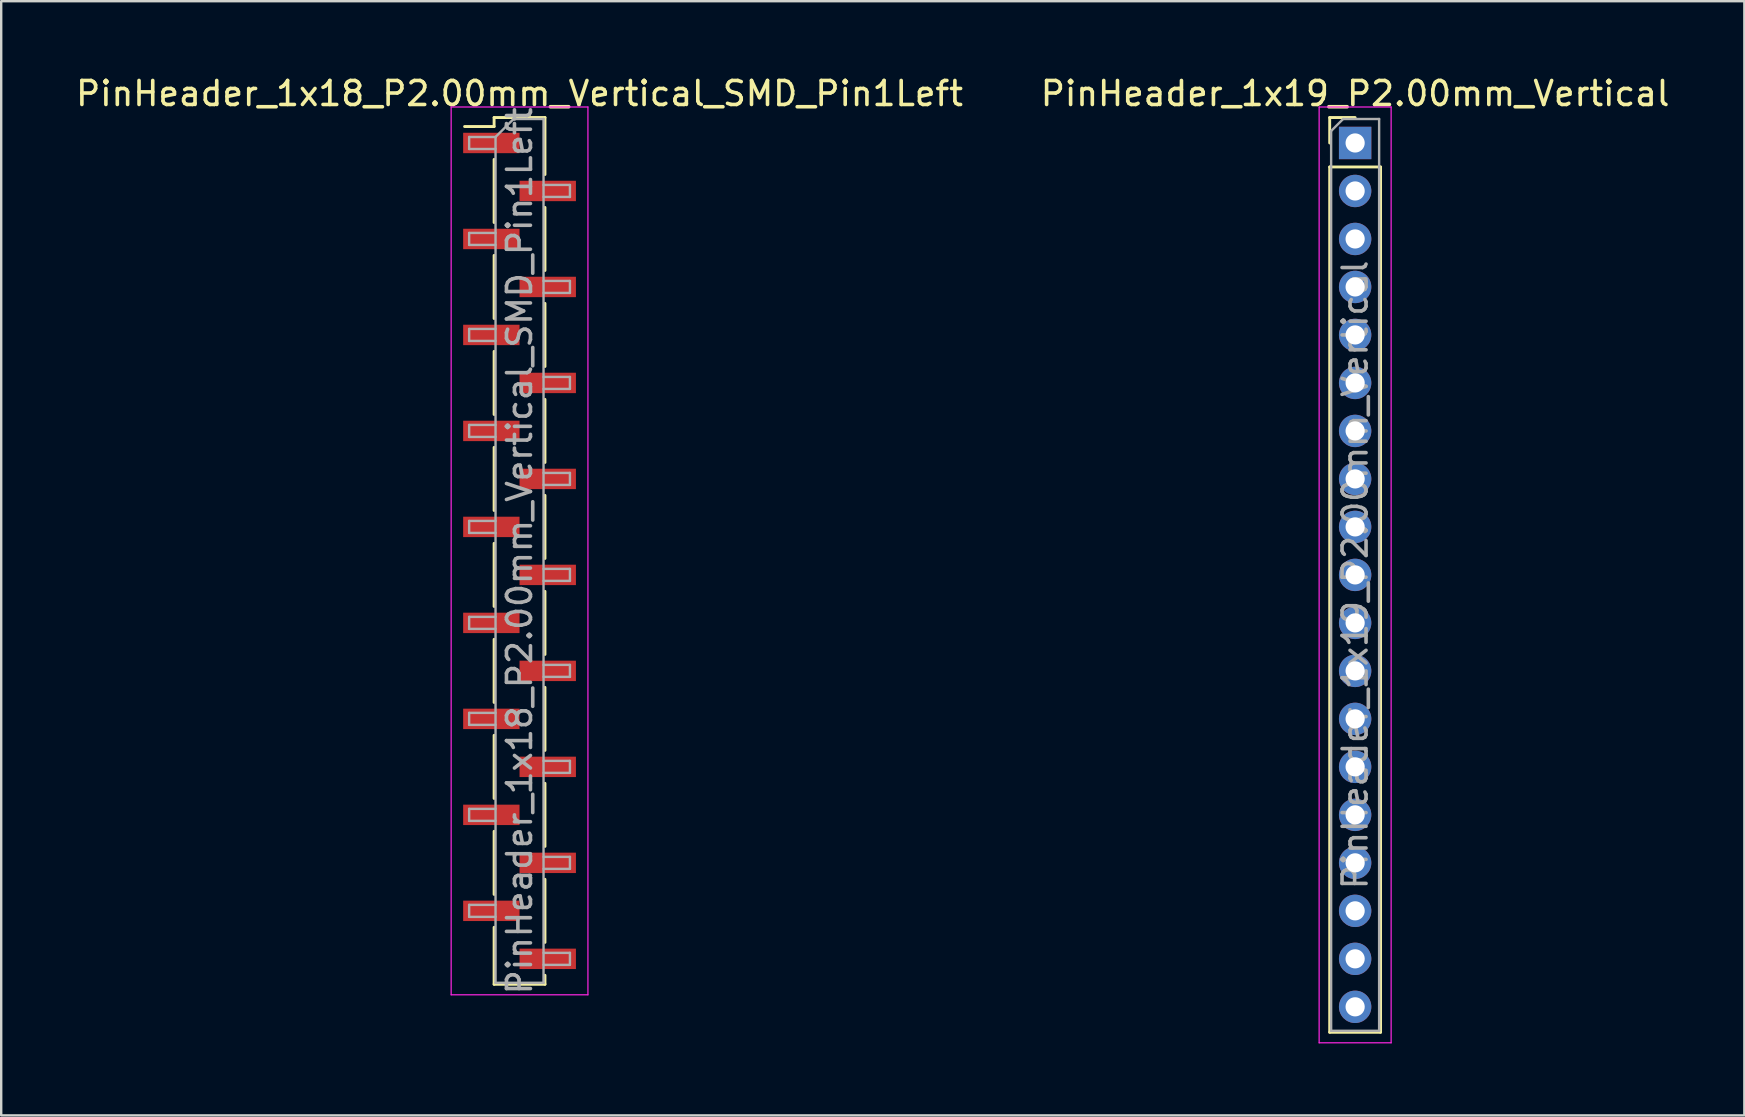
<source format=kicad_pcb>
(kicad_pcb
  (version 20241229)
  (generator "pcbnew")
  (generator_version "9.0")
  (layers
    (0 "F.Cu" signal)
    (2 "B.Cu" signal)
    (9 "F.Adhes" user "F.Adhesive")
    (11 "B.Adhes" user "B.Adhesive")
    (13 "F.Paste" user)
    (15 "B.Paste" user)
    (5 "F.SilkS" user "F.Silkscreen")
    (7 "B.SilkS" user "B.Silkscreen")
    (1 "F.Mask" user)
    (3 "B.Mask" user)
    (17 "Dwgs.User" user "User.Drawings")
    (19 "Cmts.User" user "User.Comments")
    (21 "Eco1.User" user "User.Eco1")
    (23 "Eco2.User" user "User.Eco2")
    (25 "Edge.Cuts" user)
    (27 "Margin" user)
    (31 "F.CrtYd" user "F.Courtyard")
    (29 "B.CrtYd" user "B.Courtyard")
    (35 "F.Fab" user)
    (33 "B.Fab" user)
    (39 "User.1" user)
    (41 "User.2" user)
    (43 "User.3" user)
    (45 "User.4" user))
  (footprint "PinHeader_1x19_P2.00mm_Vertical"
    (layer "F.Cu")
    (at 53.423 2.908)
    (property "Reference" "PinHeader_1x19_P2.00mm_Vertical" (at 0 -2.06 0) (layer "F.SilkS") (effects (font (size 1 1) (thickness 0.15))))
    (attr through_hole)
    (fp_line (start -1.06 -1.06) (end 0 -1.06) (stroke (width 0.12) (type solid)) (layer "F.SilkS"))
    (fp_line (start -1.06 0) (end -1.06 -1.06) (stroke (width 0.12) (type solid)) (layer "F.SilkS"))
    (fp_line (start -1.06 1) (end -1.06 37.06) (stroke (width 0.12) (type solid)) (layer "F.SilkS"))
    (fp_line (start -1.06 1) (end 1.06 1) (stroke (width 0.12) (type solid)) (layer "F.SilkS"))
    (fp_line (start -1.06 37.06) (end 1.06 37.06) (stroke (width 0.12) (type solid)) (layer "F.SilkS"))
    (fp_line (start 1.06 1) (end 1.06 37.06) (stroke (width 0.12) (type solid)) (layer "F.SilkS"))
    (fp_line (start -1.5 -1.5) (end -1.5 37.5) (stroke (width 0.05) (type solid)) (layer "F.CrtYd"))
    (fp_line (start -1.5 37.5) (end 1.5 37.5) (stroke (width 0.05) (type solid)) (layer "F.CrtYd"))
    (fp_line (start 1.5 -1.5) (end -1.5 -1.5) (stroke (width 0.05) (type solid)) (layer "F.CrtYd"))
    (fp_line (start 1.5 37.5) (end 1.5 -1.5) (stroke (width 0.05) (type solid)) (layer "F.CrtYd"))
    (fp_line (start -1 -0.5) (end -0.5 -1) (stroke (width 0.1) (type solid)) (layer "F.Fab"))
    (fp_line (start -1 37) (end -1 -0.5) (stroke (width 0.1) (type solid)) (layer "F.Fab"))
    (fp_line (start -0.5 -1) (end 1 -1) (stroke (width 0.1) (type solid)) (layer "F.Fab"))
    (fp_line (start 1 -1) (end 1 37) (stroke (width 0.1) (type solid)) (layer "F.Fab"))
    (fp_line (start 1 37) (end -1 37) (stroke (width 0.1) (type solid)) (layer "F.Fab"))
    (fp_text user "${REFERENCE}" (at 0 18 90) (layer "F.Fab") (effects (font (size 1 1) (thickness 0.15))))
    (pad "1" thru_hole rect (at 0 0) (size 1.35 1.35) (drill 0.8) (layers "*.Cu" "*.Mask"))
    (pad "2" thru_hole oval (at 0 2) (size 1.35 1.35) (drill 0.8) (layers "*.Cu" "*.Mask"))
    (pad "3" thru_hole oval (at 0 4) (size 1.35 1.35) (drill 0.8) (layers "*.Cu" "*.Mask"))
    (pad "4" thru_hole oval (at 0 6) (size 1.35 1.35) (drill 0.8) (layers "*.Cu" "*.Mask"))
    (pad "5" thru_hole oval (at 0 8) (size 1.35 1.35) (drill 0.8) (layers "*.Cu" "*.Mask"))
    (pad "6" thru_hole oval (at 0 10) (size 1.35 1.35) (drill 0.8) (layers "*.Cu" "*.Mask"))
    (pad "7" thru_hole oval (at 0 12) (size 1.35 1.35) (drill 0.8) (layers "*.Cu" "*.Mask"))
    (pad "8" thru_hole oval (at 0 14) (size 1.35 1.35) (drill 0.8) (layers "*.Cu" "*.Mask"))
    (pad "9" thru_hole oval (at 0 16) (size 1.35 1.35) (drill 0.8) (layers "*.Cu" "*.Mask"))
    (pad "10" thru_hole oval (at 0 18) (size 1.35 1.35) (drill 0.8) (layers "*.Cu" "*.Mask"))
    (pad "11" thru_hole oval (at 0 20) (size 1.35 1.35) (drill 0.8) (layers "*.Cu" "*.Mask"))
    (pad "12" thru_hole oval (at 0 22) (size 1.35 1.35) (drill 0.8) (layers "*.Cu" "*.Mask"))
    (pad "13" thru_hole oval (at 0 24) (size 1.35 1.35) (drill 0.8) (layers "*.Cu" "*.Mask"))
    (pad "14" thru_hole oval (at 0 26) (size 1.35 1.35) (drill 0.8) (layers "*.Cu" "*.Mask"))
    (pad "15" thru_hole oval (at 0 28) (size 1.35 1.35) (drill 0.8) (layers "*.Cu" "*.Mask"))
    (pad "16" thru_hole oval (at 0 30) (size 1.35 1.35) (drill 0.8) (layers "*.Cu" "*.Mask"))
    (pad "17" thru_hole oval (at 0 32) (size 1.35 1.35) (drill 0.8) (layers "*.Cu" "*.Mask"))
    (pad "18" thru_hole oval (at 0 34) (size 1.35 1.35) (drill 0.8) (layers "*.Cu" "*.Mask"))
    (pad "19" thru_hole oval (at 0 36) (size 1.35 1.35) (drill 0.8) (layers "*.Cu" "*.Mask")))
  (footprint "PinHeader_1x18_P2.00mm_Vertical_SMD_Pin1Left"
    (layer "F.Cu")
    (at 18.601 19.908)
    (property "Reference" "PinHeader_1x18_P2.00mm_Vertical_SMD_Pin1Left" (at 0 -19.06 0) (layer "F.SilkS") (effects (font (size 1 1) (thickness 0.15))))
    (attr smd)
    (fp_line (start -1.06 -18.06) (end -1.06 -17.685) (stroke (width 0.12) (type solid)) (layer "F.SilkS"))
    (fp_line (start -1.06 -18.06) (end 1.06 -18.06) (stroke (width 0.12) (type solid)) (layer "F.SilkS"))
    (fp_line (start -1.06 -17.685) (end -2.29 -17.685) (stroke (width 0.12) (type solid)) (layer "F.SilkS"))
    (fp_line (start -1.06 -16.315) (end -1.06 -13.685) (stroke (width 0.12) (type solid)) (layer "F.SilkS"))
    (fp_line (start -1.06 -12.315) (end -1.06 -9.685) (stroke (width 0.12) (type solid)) (layer "F.SilkS"))
    (fp_line (start -1.06 -8.315) (end -1.06 -5.685) (stroke (width 0.12) (type solid)) (layer "F.SilkS"))
    (fp_line (start -1.06 -4.315) (end -1.06 -1.685) (stroke (width 0.12) (type solid)) (layer "F.SilkS"))
    (fp_line (start -1.06 -0.315) (end -1.06 2.315) (stroke (width 0.12) (type solid)) (layer "F.SilkS"))
    (fp_line (start -1.06 3.685) (end -1.06 6.315) (stroke (width 0.12) (type solid)) (layer "F.SilkS"))
    (fp_line (start -1.06 7.685) (end -1.06 10.315) (stroke (width 0.12) (type solid)) (layer "F.SilkS"))
    (fp_line (start -1.06 11.685) (end -1.06 14.315) (stroke (width 0.12) (type solid)) (layer "F.SilkS"))
    (fp_line (start -1.06 15.685) (end -1.06 18.06) (stroke (width 0.12) (type solid)) (layer "F.SilkS"))
    (fp_line (start -1.06 18.06) (end 1.06 18.06) (stroke (width 0.12) (type solid)) (layer "F.SilkS"))
    (fp_line (start 1.06 -18.06) (end 1.06 -15.685) (stroke (width 0.12) (type solid)) (layer "F.SilkS"))
    (fp_line (start 1.06 -14.315) (end 1.06 -11.685) (stroke (width 0.12) (type solid)) (layer "F.SilkS"))
    (fp_line (start 1.06 -10.315) (end 1.06 -7.685) (stroke (width 0.12) (type solid)) (layer "F.SilkS"))
    (fp_line (start 1.06 -6.315) (end 1.06 -3.685) (stroke (width 0.12) (type solid)) (layer "F.SilkS"))
    (fp_line (start 1.06 -2.315) (end 1.06 0.315) (stroke (width 0.12) (type solid)) (layer "F.SilkS"))
    (fp_line (start 1.06 1.685) (end 1.06 4.315) (stroke (width 0.12) (type solid)) (layer "F.SilkS"))
    (fp_line (start 1.06 5.685) (end 1.06 8.315) (stroke (width 0.12) (type solid)) (layer "F.SilkS"))
    (fp_line (start 1.06 9.685) (end 1.06 12.315) (stroke (width 0.12) (type solid)) (layer "F.SilkS"))
    (fp_line (start 1.06 13.685) (end 1.06 16.315) (stroke (width 0.12) (type solid)) (layer "F.SilkS"))
    (fp_line (start 1.06 17.685) (end 1.06 18.06) (stroke (width 0.12) (type solid)) (layer "F.SilkS"))
    (fp_line (start -2.85 -18.5) (end -2.85 18.5) (stroke (width 0.05) (type solid)) (layer "F.CrtYd"))
    (fp_line (start -2.85 18.5) (end 2.85 18.5) (stroke (width 0.05) (type solid)) (layer "F.CrtYd"))
    (fp_line (start 2.85 -18.5) (end -2.85 -18.5) (stroke (width 0.05) (type solid)) (layer "F.CrtYd"))
    (fp_line (start 2.85 18.5) (end 2.85 -18.5) (stroke (width 0.05) (type solid)) (layer "F.CrtYd"))
    (fp_line (start -2.1 -17.25) (end -2.1 -16.75) (stroke (width 0.1) (type solid)) (layer "F.Fab"))
    (fp_line (start -2.1 -16.75) (end -1 -16.75) (stroke (width 0.1) (type solid)) (layer "F.Fab"))
    (fp_line (start -2.1 -13.25) (end -2.1 -12.75) (stroke (width 0.1) (type solid)) (layer "F.Fab"))
    (fp_line (start -2.1 -12.75) (end -1 -12.75) (stroke (width 0.1) (type solid)) (layer "F.Fab"))
    (fp_line (start -2.1 -9.25) (end -2.1 -8.75) (stroke (width 0.1) (type solid)) (layer "F.Fab"))
    (fp_line (start -2.1 -8.75) (end -1 -8.75) (stroke (width 0.1) (type solid)) (layer "F.Fab"))
    (fp_line (start -2.1 -5.25) (end -2.1 -4.75) (stroke (width 0.1) (type solid)) (layer "F.Fab"))
    (fp_line (start -2.1 -4.75) (end -1 -4.75) (stroke (width 0.1) (type solid)) (layer "F.Fab"))
    (fp_line (start -2.1 -1.25) (end -2.1 -0.75) (stroke (width 0.1) (type solid)) (layer "F.Fab"))
    (fp_line (start -2.1 -0.75) (end -1 -0.75) (stroke (width 0.1) (type solid)) (layer "F.Fab"))
    (fp_line (start -2.1 2.75) (end -2.1 3.25) (stroke (width 0.1) (type solid)) (layer "F.Fab"))
    (fp_line (start -2.1 3.25) (end -1 3.25) (stroke (width 0.1) (type solid)) (layer "F.Fab"))
    (fp_line (start -2.1 6.75) (end -2.1 7.25) (stroke (width 0.1) (type solid)) (layer "F.Fab"))
    (fp_line (start -2.1 7.25) (end -1 7.25) (stroke (width 0.1) (type solid)) (layer "F.Fab"))
    (fp_line (start -2.1 10.75) (end -2.1 11.25) (stroke (width 0.1) (type solid)) (layer "F.Fab"))
    (fp_line (start -2.1 11.25) (end -1 11.25) (stroke (width 0.1) (type solid)) (layer "F.Fab"))
    (fp_line (start -2.1 14.75) (end -2.1 15.25) (stroke (width 0.1) (type solid)) (layer "F.Fab"))
    (fp_line (start -2.1 15.25) (end -1 15.25) (stroke (width 0.1) (type solid)) (layer "F.Fab"))
    (fp_line (start -1 -17.25) (end -2.1 -17.25) (stroke (width 0.1) (type solid)) (layer "F.Fab"))
    (fp_line (start -1 -17.25) (end -0.25 -18) (stroke (width 0.1) (type solid)) (layer "F.Fab"))
    (fp_line (start -1 -13.25) (end -2.1 -13.25) (stroke (width 0.1) (type solid)) (layer "F.Fab"))
    (fp_line (start -1 -9.25) (end -2.1 -9.25) (stroke (width 0.1) (type solid)) (layer "F.Fab"))
    (fp_line (start -1 -5.25) (end -2.1 -5.25) (stroke (width 0.1) (type solid)) (layer "F.Fab"))
    (fp_line (start -1 -1.25) (end -2.1 -1.25) (stroke (width 0.1) (type solid)) (layer "F.Fab"))
    (fp_line (start -1 2.75) (end -2.1 2.75) (stroke (width 0.1) (type solid)) (layer "F.Fab"))
    (fp_line (start -1 6.75) (end -2.1 6.75) (stroke (width 0.1) (type solid)) (layer "F.Fab"))
    (fp_line (start -1 10.75) (end -2.1 10.75) (stroke (width 0.1) (type solid)) (layer "F.Fab"))
    (fp_line (start -1 14.75) (end -2.1 14.75) (stroke (width 0.1) (type solid)) (layer "F.Fab"))
    (fp_line (start -1 18) (end -1 -17.25) (stroke (width 0.1) (type solid)) (layer "F.Fab"))
    (fp_line (start -0.25 -18) (end 1 -18) (stroke (width 0.1) (type solid)) (layer "F.Fab"))
    (fp_line (start 1 -18) (end 1 18) (stroke (width 0.1) (type solid)) (layer "F.Fab"))
    (fp_line (start 1 -15.25) (end 2.1 -15.25) (stroke (width 0.1) (type solid)) (layer "F.Fab"))
    (fp_line (start 1 -11.25) (end 2.1 -11.25) (stroke (width 0.1) (type solid)) (layer "F.Fab"))
    (fp_line (start 1 -7.25) (end 2.1 -7.25) (stroke (width 0.1) (type solid)) (layer "F.Fab"))
    (fp_line (start 1 -3.25) (end 2.1 -3.25) (stroke (width 0.1) (type solid)) (layer "F.Fab"))
    (fp_line (start 1 0.75) (end 2.1 0.75) (stroke (width 0.1) (type solid)) (layer "F.Fab"))
    (fp_line (start 1 4.75) (end 2.1 4.75) (stroke (width 0.1) (type solid)) (layer "F.Fab"))
    (fp_line (start 1 8.75) (end 2.1 8.75) (stroke (width 0.1) (type solid)) (layer "F.Fab"))
    (fp_line (start 1 12.75) (end 2.1 12.75) (stroke (width 0.1) (type solid)) (layer "F.Fab"))
    (fp_line (start 1 16.75) (end 2.1 16.75) (stroke (width 0.1) (type solid)) (layer "F.Fab"))
    (fp_line (start 1 18) (end -1 18) (stroke (width 0.1) (type solid)) (layer "F.Fab"))
    (fp_line (start 2.1 -15.25) (end 2.1 -14.75) (stroke (width 0.1) (type solid)) (layer "F.Fab"))
    (fp_line (start 2.1 -14.75) (end 1 -14.75) (stroke (width 0.1) (type solid)) (layer "F.Fab"))
    (fp_line (start 2.1 -11.25) (end 2.1 -10.75) (stroke (width 0.1) (type solid)) (layer "F.Fab"))
    (fp_line (start 2.1 -10.75) (end 1 -10.75) (stroke (width 0.1) (type solid)) (layer "F.Fab"))
    (fp_line (start 2.1 -7.25) (end 2.1 -6.75) (stroke (width 0.1) (type solid)) (layer "F.Fab"))
    (fp_line (start 2.1 -6.75) (end 1 -6.75) (stroke (width 0.1) (type solid)) (layer "F.Fab"))
    (fp_line (start 2.1 -3.25) (end 2.1 -2.75) (stroke (width 0.1) (type solid)) (layer "F.Fab"))
    (fp_line (start 2.1 -2.75) (end 1 -2.75) (stroke (width 0.1) (type solid)) (layer "F.Fab"))
    (fp_line (start 2.1 0.75) (end 2.1 1.25) (stroke (width 0.1) (type solid)) (layer "F.Fab"))
    (fp_line (start 2.1 1.25) (end 1 1.25) (stroke (width 0.1) (type solid)) (layer "F.Fab"))
    (fp_line (start 2.1 4.75) (end 2.1 5.25) (stroke (width 0.1) (type solid)) (layer "F.Fab"))
    (fp_line (start 2.1 5.25) (end 1 5.25) (stroke (width 0.1) (type solid)) (layer "F.Fab"))
    (fp_line (start 2.1 8.75) (end 2.1 9.25) (stroke (width 0.1) (type solid)) (layer "F.Fab"))
    (fp_line (start 2.1 9.25) (end 1 9.25) (stroke (width 0.1) (type solid)) (layer "F.Fab"))
    (fp_line (start 2.1 12.75) (end 2.1 13.25) (stroke (width 0.1) (type solid)) (layer "F.Fab"))
    (fp_line (start 2.1 13.25) (end 1 13.25) (stroke (width 0.1) (type solid)) (layer "F.Fab"))
    (fp_line (start 2.1 16.75) (end 2.1 17.25) (stroke (width 0.1) (type solid)) (layer "F.Fab"))
    (fp_line (start 2.1 17.25) (end 1 17.25) (stroke (width 0.1) (type solid)) (layer "F.Fab"))
    (fp_text user "${REFERENCE}" (at 0 0 90) (layer "F.Fab") (effects (font (size 1 1) (thickness 0.15))))
    (pad "1" smd rect (at -1.175 -17) (size 2.35 0.85) (layers "F.Cu" "F.Mask" "F.Paste"))
    (pad "2" smd rect (at 1.175 -15) (size 2.35 0.85) (layers "F.Cu" "F.Mask" "F.Paste"))
    (pad "3" smd rect (at -1.175 -13) (size 2.35 0.85) (layers "F.Cu" "F.Mask" "F.Paste"))
    (pad "4" smd rect (at 1.175 -11) (size 2.35 0.85) (layers "F.Cu" "F.Mask" "F.Paste"))
    (pad "5" smd rect (at -1.175 -9) (size 2.35 0.85) (layers "F.Cu" "F.Mask" "F.Paste"))
    (pad "6" smd rect (at 1.175 -7) (size 2.35 0.85) (layers "F.Cu" "F.Mask" "F.Paste"))
    (pad "7" smd rect (at -1.175 -5) (size 2.35 0.85) (layers "F.Cu" "F.Mask" "F.Paste"))
    (pad "8" smd rect (at 1.175 -3) (size 2.35 0.85) (layers "F.Cu" "F.Mask" "F.Paste"))
    (pad "9" smd rect (at -1.175 -1) (size 2.35 0.85) (layers "F.Cu" "F.Mask" "F.Paste"))
    (pad "10" smd rect (at 1.175 1) (size 2.35 0.85) (layers "F.Cu" "F.Mask" "F.Paste"))
    (pad "11" smd rect (at -1.175 3) (size 2.35 0.85) (layers "F.Cu" "F.Mask" "F.Paste"))
    (pad "12" smd rect (at 1.175 5) (size 2.35 0.85) (layers "F.Cu" "F.Mask" "F.Paste"))
    (pad "13" smd rect (at -1.175 7) (size 2.35 0.85) (layers "F.Cu" "F.Mask" "F.Paste"))
    (pad "14" smd rect (at 1.175 9) (size 2.35 0.85) (layers "F.Cu" "F.Mask" "F.Paste"))
    (pad "15" smd rect (at -1.175 11) (size 2.35 0.85) (layers "F.Cu" "F.Mask" "F.Paste"))
    (pad "16" smd rect (at 1.175 13) (size 2.35 0.85) (layers "F.Cu" "F.Mask" "F.Paste"))
    (pad "17" smd rect (at -1.175 15) (size 2.35 0.85) (layers "F.Cu" "F.Mask" "F.Paste"))
    (pad "18" smd rect (at 1.175 17) (size 2.35 0.85) (layers "F.Cu" "F.Mask" "F.Paste")))
  (gr_rect
    (start -3 -3)
    (end 69.643 43.433)
    (stroke (width 0.1) (type default))
    (fill no)
    (layer "Edge.Cuts")))
</source>
